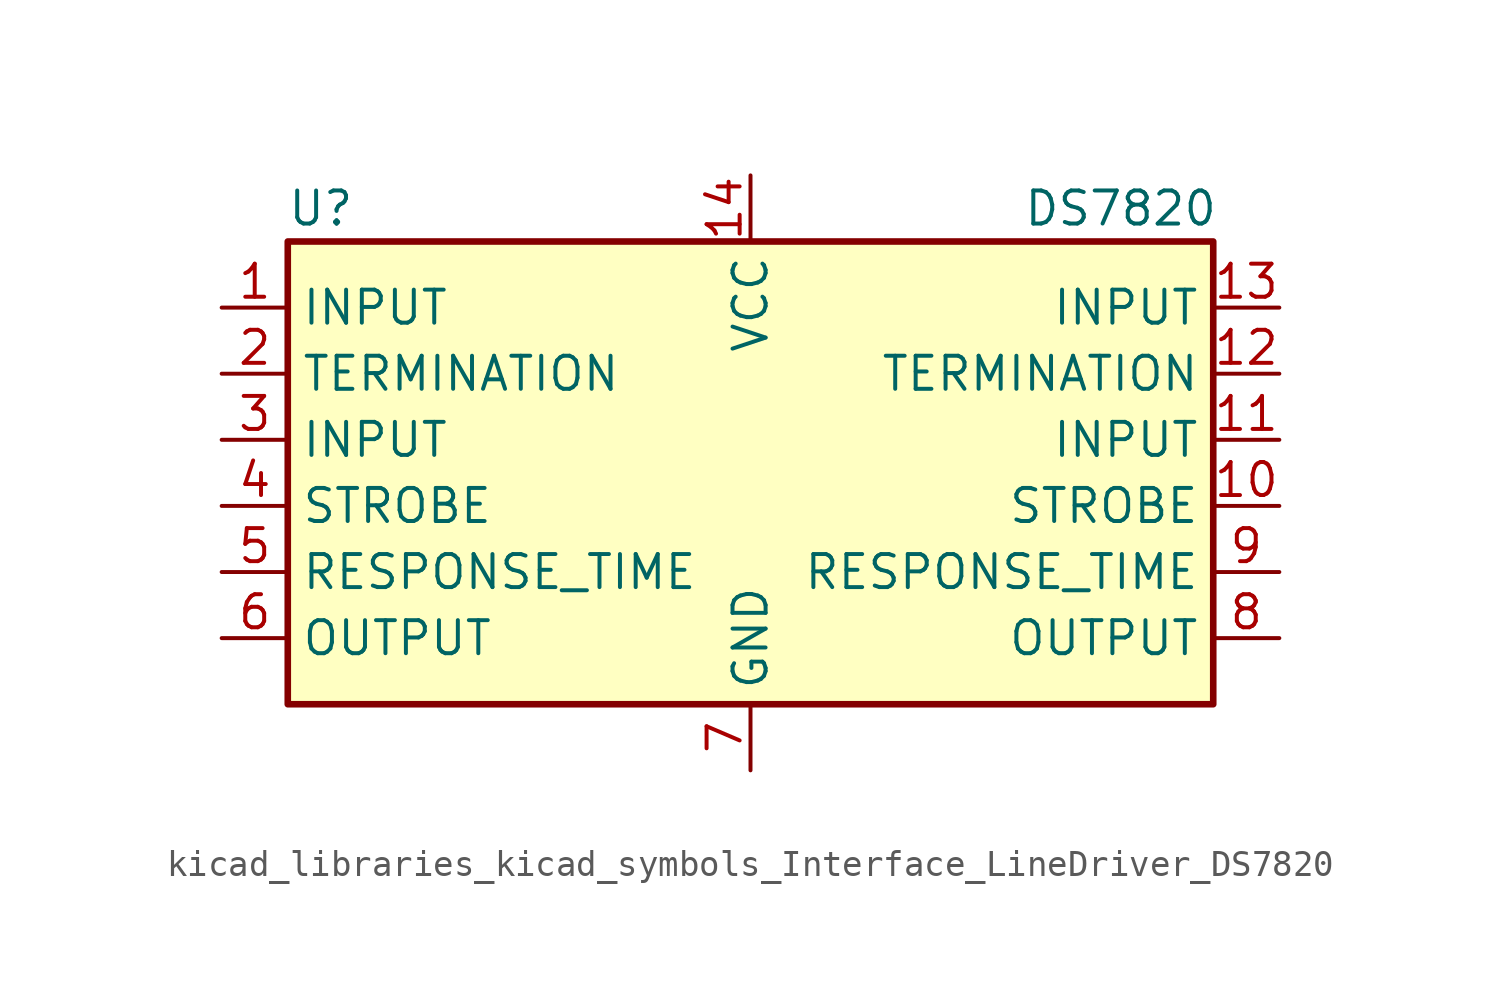
<source format=kicad_sym>
(kicad_symbol_lib
  (version 20220914)
  (generator kicad_symbol_editor)
  (symbol "kicad_libraries_kicad_symbols_Interface_LineDriver_DS7820"
    (property "Reference" "U"
      (at -16.51 8.89 0)
      (effects (font (size 1.27 1.27))))
    (property "Value" "DS7820"
      (at 14.224 8.89 0)
      (effects (font (size 1.27 1.27))))
    (symbol "kicad_libraries_kicad_symbols_Interface_LineDriver_DS7820_0_1"
      (rectangle (start -17.78 7.62) (end 17.78 -10.16) (stroke (width 0.254) (type default)) (fill (type background))))
    (symbol "kicad_libraries_kicad_symbols_Interface_LineDriver_DS7820_1_1"
      (pin input line (at -20.32 5.08 0) (length 2.54) (name "INPUT" (effects (font (size 1.27 1.27)))) (number "1" (effects (font (size 1.27 1.27)))))
      (pin input line (at 20.32 -2.54 180) (length 2.54) (name "STROBE" (effects (font (size 1.27 1.27)))) (number "10" (effects (font (size 1.27 1.27)))))
      (pin input line (at 20.32 0 180) (length 2.54) (name "INPUT" (effects (font (size 1.27 1.27)))) (number "11" (effects (font (size 1.27 1.27)))))
      (pin input line (at 20.32 2.54 180) (length 2.54) (name "TERMINATION" (effects (font (size 1.27 1.27)))) (number "12" (effects (font (size 1.27 1.27)))))
      (pin input line (at 20.32 5.08 180) (length 2.54) (name "INPUT" (effects (font (size 1.27 1.27)))) (number "13" (effects (font (size 1.27 1.27)))))
      (pin power_in line (at 0 10.16 270) (length 2.54) (name "VCC" (effects (font (size 1.27 1.27)))) (number "14" (effects (font (size 1.27 1.27)))))
      (pin input line (at -20.32 2.54 0) (length 2.54) (name "TERMINATION" (effects (font (size 1.27 1.27)))) (number "2" (effects (font (size 1.27 1.27)))))
      (pin input line (at -20.32 0 0) (length 2.54) (name "INPUT" (effects (font (size 1.27 1.27)))) (number "3" (effects (font (size 1.27 1.27)))))
      (pin input line (at -20.32 -2.54 0) (length 2.54) (name "STROBE" (effects (font (size 1.27 1.27)))) (number "4" (effects (font (size 1.27 1.27)))))
      (pin input line (at -20.32 -5.08 0) (length 2.54) (name "RESPONSE_TIME" (effects (font (size 1.27 1.27)))) (number "5" (effects (font (size 1.27 1.27)))))
      (pin input line (at -20.32 -7.62 0) (length 2.54) (name "OUTPUT" (effects (font (size 1.27 1.27)))) (number "6" (effects (font (size 1.27 1.27)))))
      (pin power_in line (at 0 -12.7 90) (length 2.54) (name "GND" (effects (font (size 1.27 1.27)))) (number "7" (effects (font (size 1.27 1.27)))))
      (pin output line (at 20.32 -7.62 180) (length 2.54) (name "OUTPUT" (effects (font (size 1.27 1.27)))) (number "8" (effects (font (size 1.27 1.27)))))
      (pin input line (at 20.32 -5.08 180) (length 2.54) (name "RESPONSE_TIME" (effects (font (size 1.27 1.27)))) (number "9" (effects (font (size 1.27 1.27))))))))
</source>
